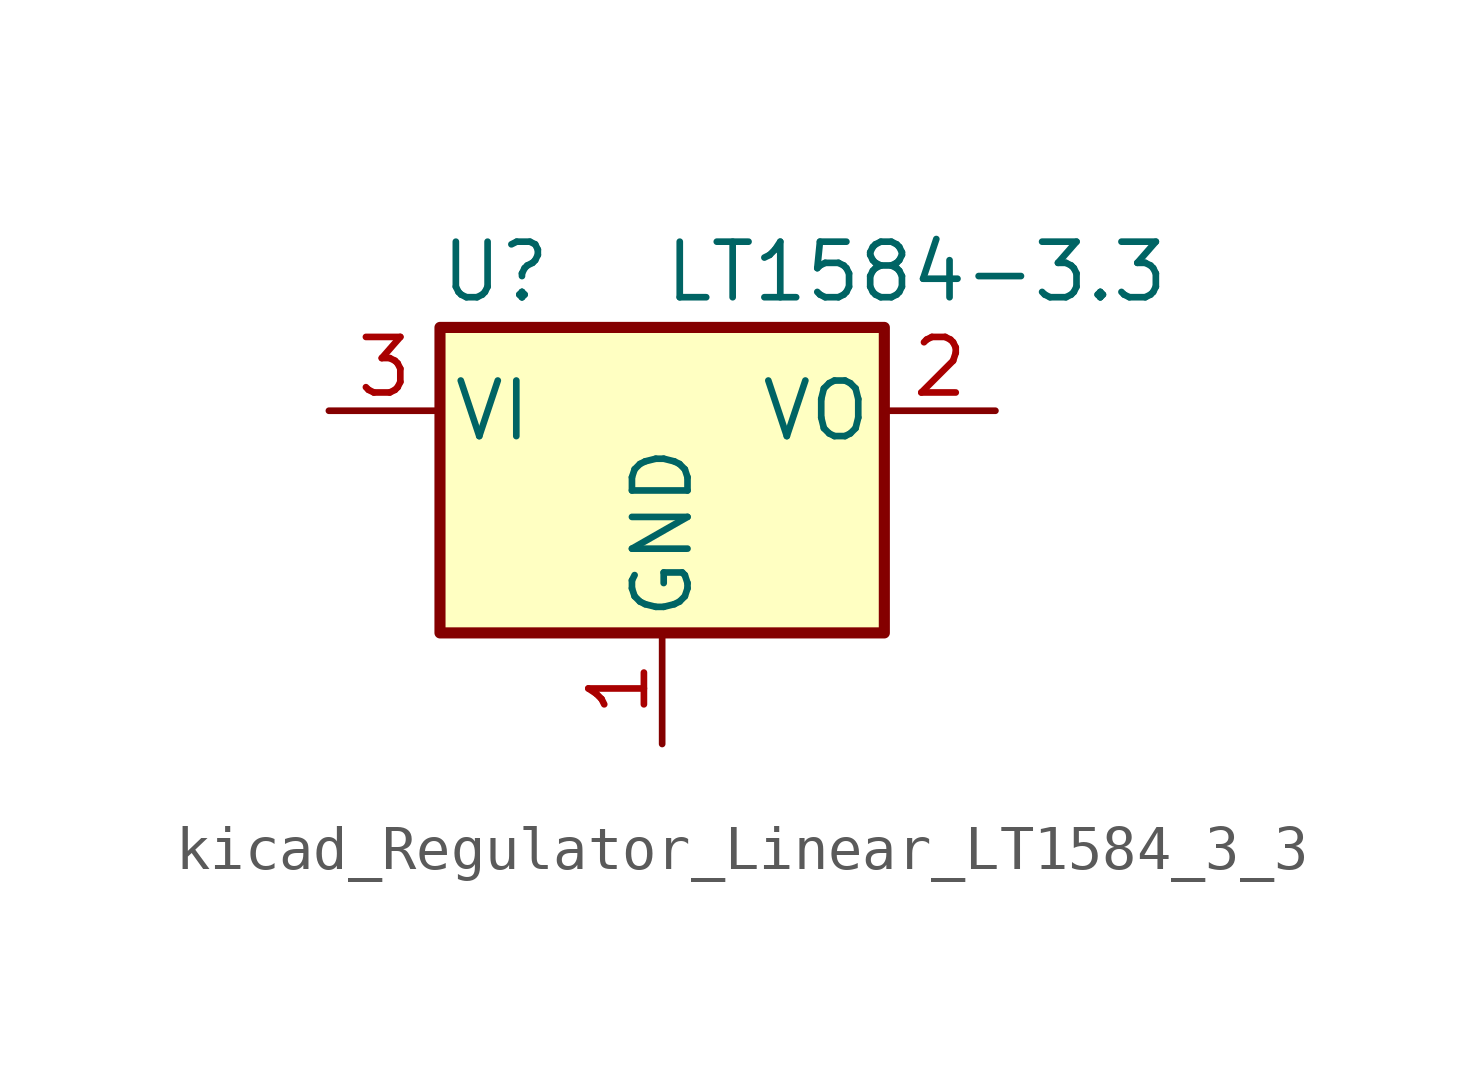
<source format=kicad_sym>
(kicad_symbol_lib
  (version 20220914)
  (generator kicad_symbol_editor)
  (symbol "kicad_Regulator_Linear_LT1584_3_3"
    (pin_names
      (offset 0.254))
    (property "Reference" "U"
      (at -3.81 3.175 0)
      (effects (font (size 1.27 1.27))))
    (property "Value" "LT1584-3.3"
      (at 0 3.175 0)
      (effects (font (size 1.27 1.27)) (justify left)))
    (symbol "kicad_Regulator_Linear_LT1584_3_3_0_1"
      (rectangle (start -5.08 1.905) (end 5.08 -5.08) (stroke (width 0.254) (type default)) (fill (type background))))
    (symbol "kicad_Regulator_Linear_LT1584_3_3_1_1"
      (pin power_in line (at 0 -7.62 90) (length 2.54) (name "GND" (effects (font (size 1.27 1.27)))) (number "1" (effects (font (size 1.27 1.27)))))
      (pin power_out line (at 7.62 0 180) (length 2.54) (name "VO" (effects (font (size 1.27 1.27)))) (number "2" (effects (font (size 1.27 1.27)))))
      (pin power_in line (at -7.62 0 0) (length 2.54) (name "VI" (effects (font (size 1.27 1.27)))) (number "3" (effects (font (size 1.27 1.27))))))))
</source>
